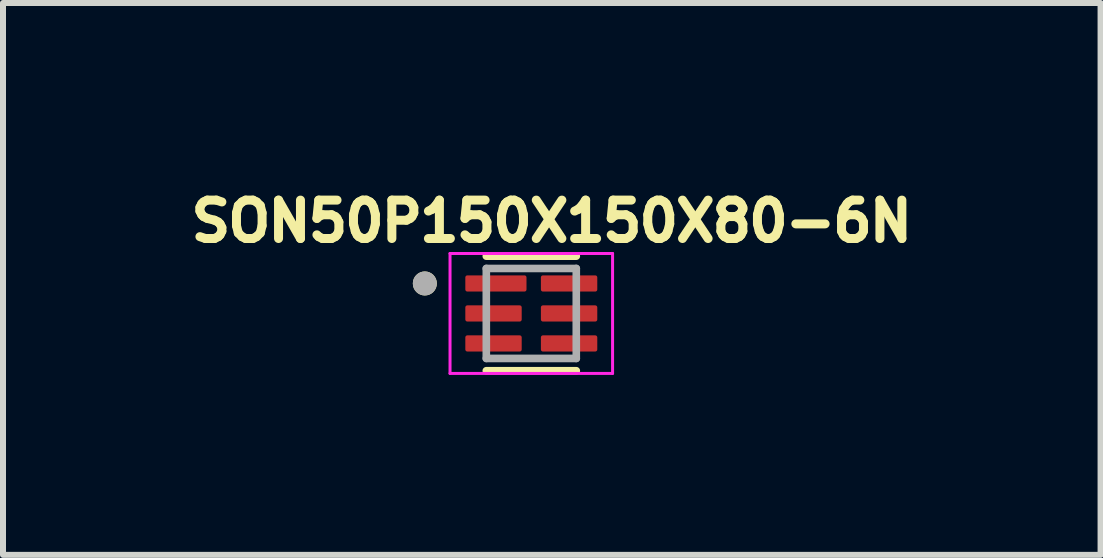
<source format=kicad_pcb>
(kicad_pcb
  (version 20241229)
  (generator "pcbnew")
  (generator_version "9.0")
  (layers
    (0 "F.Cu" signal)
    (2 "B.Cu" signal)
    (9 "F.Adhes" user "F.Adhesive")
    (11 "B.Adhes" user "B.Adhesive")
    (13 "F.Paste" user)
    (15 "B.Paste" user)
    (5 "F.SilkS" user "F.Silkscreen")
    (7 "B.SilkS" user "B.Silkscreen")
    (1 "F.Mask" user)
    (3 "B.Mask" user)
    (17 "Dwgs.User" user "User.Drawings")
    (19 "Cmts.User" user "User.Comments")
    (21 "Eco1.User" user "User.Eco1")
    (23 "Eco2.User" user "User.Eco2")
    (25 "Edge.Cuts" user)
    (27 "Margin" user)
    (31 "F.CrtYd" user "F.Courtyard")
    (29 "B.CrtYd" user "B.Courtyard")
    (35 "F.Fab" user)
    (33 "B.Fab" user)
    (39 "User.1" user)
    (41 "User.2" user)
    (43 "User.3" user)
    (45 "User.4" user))
  (footprint "SON50P150X150X80-6N"
    (layer "F.Cu")
    (at 5.808 2.176)
    (property "Reference" "SON50P150X150X80-6N" (at 0.342 -1.538 0) (layer "F.SilkS") (effects (font (size 0.64 0.64) (thickness 0.15))))
    (attr smd)
    (fp_line (start -0.75 -0.955) (end 0.75 -0.955) (stroke (width 0.127) (type solid)) (layer "F.SilkS"))
    (fp_line (start -0.75 0.955) (end 0.75 0.955) (stroke (width 0.127) (type solid)) (layer "F.SilkS"))
    (fp_circle (center -1.775 -0.5) (end -1.675 -0.5) (stroke (width 0.2) (type solid)) (fill no) (layer "F.SilkS"))
    (fp_line (start -1.355 -1) (end -1.355 1) (stroke (width 0.05) (type solid)) (layer "F.CrtYd"))
    (fp_line (start -1.355 -1) (end 1.355 -1) (stroke (width 0.05) (type solid)) (layer "F.CrtYd"))
    (fp_line (start -1.355 1) (end 1.355 1) (stroke (width 0.05) (type solid)) (layer "F.CrtYd"))
    (fp_line (start 1.355 -1) (end 1.355 1) (stroke (width 0.05) (type solid)) (layer "F.CrtYd"))
    (fp_line (start -0.75 -0.75) (end -0.75 0.75) (stroke (width 0.127) (type solid)) (layer "F.Fab"))
    (fp_line (start -0.75 -0.75) (end 0.75 -0.75) (stroke (width 0.127) (type solid)) (layer "F.Fab"))
    (fp_line (start -0.75 0.75) (end 0.75 0.75) (stroke (width 0.127) (type solid)) (layer "F.Fab"))
    (fp_line (start 0.75 -0.75) (end 0.75 0.75) (stroke (width 0.127) (type solid)) (layer "F.Fab"))
    (fp_circle (center -1.775 -0.5) (end -1.675 -0.5) (stroke (width 0.2) (type solid)) (fill no) (layer "F.Fab"))
    (pad "1" smd roundrect (at -0.59 -0.5) (size 1.02 0.27) (layers "F.Cu" "F.Mask" "F.Paste") (roundrect_rratio 0.125))
    (pad "2" smd roundrect (at -0.63 0) (size 0.94 0.27) (layers "F.Cu" "F.Mask" "F.Paste") (roundrect_rratio 0.125))
    (pad "3" smd roundrect (at -0.63 0.5) (size 0.94 0.27) (layers "F.Cu" "F.Mask" "F.Paste") (roundrect_rratio 0.125))
    (pad "4" smd roundrect (at 0.63 0.5) (size 0.94 0.27) (layers "F.Cu" "F.Mask" "F.Paste") (roundrect_rratio 0.125))
    (pad "5" smd roundrect (at 0.63 0) (size 0.94 0.27) (layers "F.Cu" "F.Mask" "F.Paste") (roundrect_rratio 0.125))
    (pad "6" smd roundrect (at 0.63 -0.5) (size 0.94 0.27) (layers "F.Cu" "F.Mask" "F.Paste") (roundrect_rratio 0.125)))
  (gr_rect
    (start -3 -3)
    (end 15.299 6.201)
    (stroke (width 0.1) (type default))
    (fill no)
    (layer "Edge.Cuts")))
</source>
